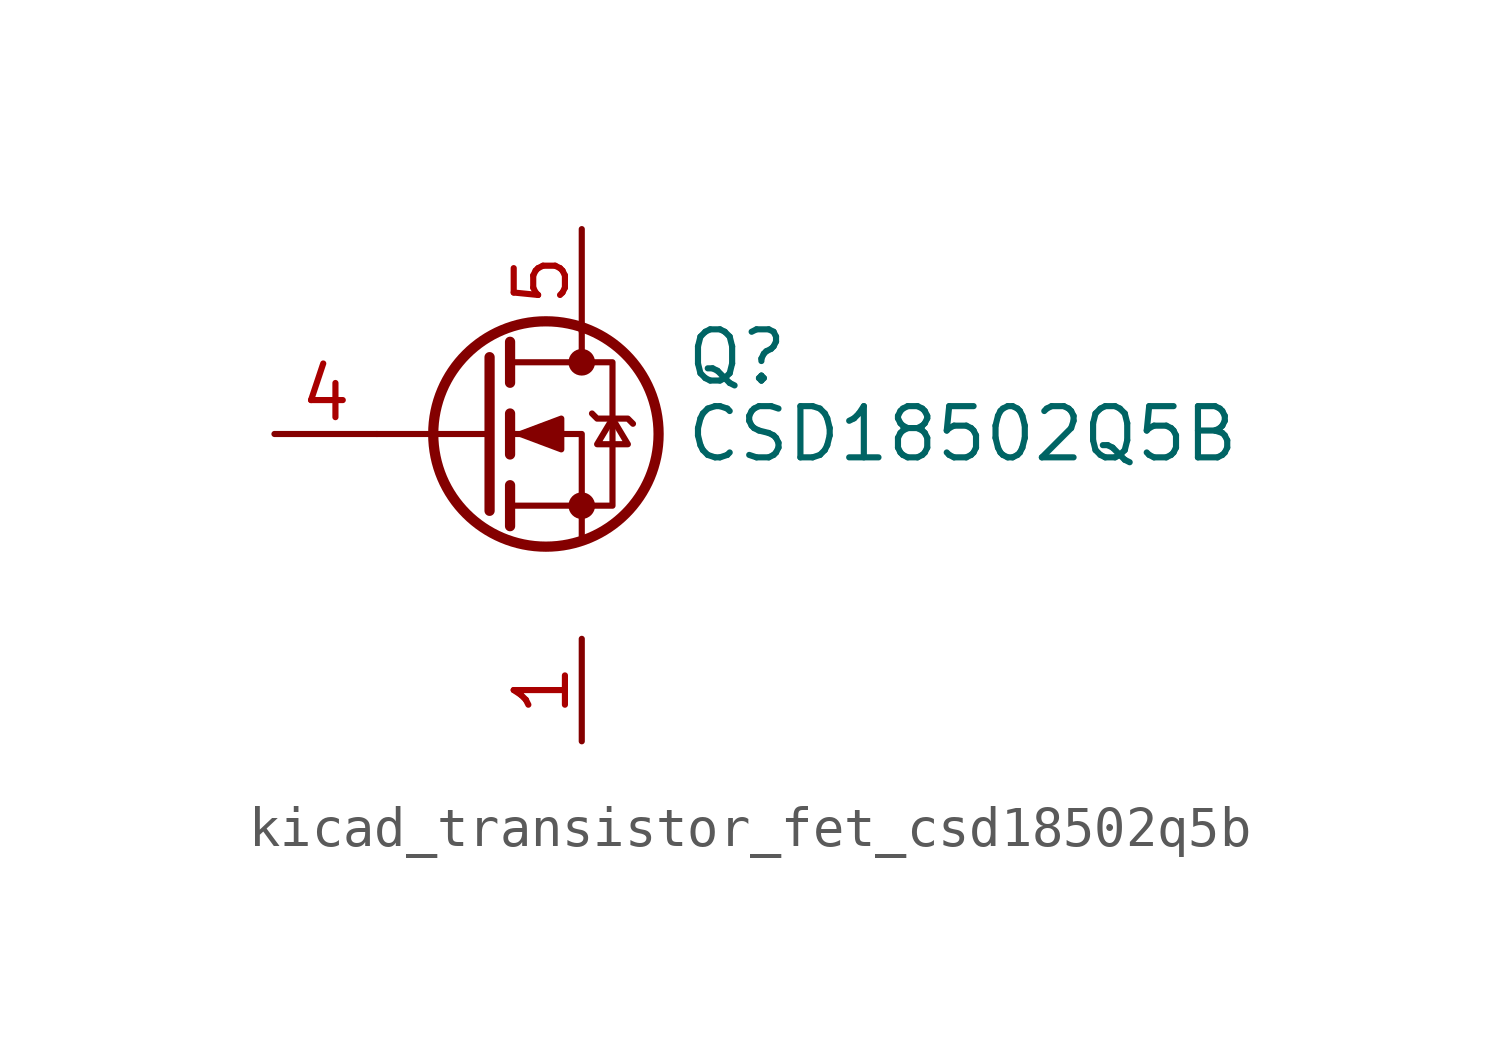
<source format=kicad_sym>
(kicad_symbol_lib
  (version 20220914)
  (generator kicad_symbol_editor)
  (symbol "kicad_transistor_fet_csd18502q5b"
    (pin_names hide)
    (property "Reference" "Q"
      (at 5.08 1.905 0)
      (effects (font (size 1.27 1.27)) (justify left)))
    (property "Value" "CSD18502Q5B"
      (at 5.08 0 0)
      (effects (font (size 1.27 1.27)) (justify left)))
    (symbol "kicad_transistor_fet_csd18502q5b_0_1"
      (polyline (pts (xy 0.254 0) (xy -2.54 0)) (stroke (width 0) (type default)) (fill (type none)))
      (polyline (pts (xy 0.254 1.905) (xy 0.254 -1.905)) (stroke (width 0.254) (type default)) (fill (type none)))
      (polyline (pts (xy 0.762 -1.27) (xy 0.762 -2.286)) (stroke (width 0.254) (type default)) (fill (type none)))
      (polyline (pts (xy 0.762 0.508) (xy 0.762 -0.508)) (stroke (width 0.254) (type default)) (fill (type none)))
      (polyline (pts (xy 0.762 2.286) (xy 0.762 1.27)) (stroke (width 0.254) (type default)) (fill (type none)))
      (polyline (pts (xy 2.54 2.54) (xy 2.54 1.778)) (stroke (width 0) (type default)) (fill (type none)))
      (polyline (pts (xy 2.54 -2.54) (xy 2.54 0) (xy 0.762 0)) (stroke (width 0) (type default)) (fill (type none)))
      (polyline (pts (xy 0.762 -1.778) (xy 3.302 -1.778) (xy 3.302 1.778) (xy 0.762 1.778)) (stroke (width 0) (type default)) (fill (type none)))
      (polyline (pts (xy 1.016 0) (xy 2.032 0.381) (xy 2.032 -0.381) (xy 1.016 0)) (stroke (width 0) (type default)) (fill (type outline)))
      (polyline (pts (xy 2.794 0.508) (xy 2.921 0.381) (xy 3.683 0.381) (xy 3.81 0.254)) (stroke (width 0) (type default)) (fill (type none)))
      (polyline (pts (xy 3.302 0.381) (xy 2.921 -0.254) (xy 3.683 -0.254) (xy 3.302 0.381)) (stroke (width 0) (type default)) (fill (type none)))
      (circle (center 1.651 0) (radius 2.794) (stroke (width 0.254) (type default)) (fill (type none)))
      (circle (center 2.54 -1.778) (radius 0.254) (stroke (width 0) (type default)) (fill (type outline)))
      (circle (center 2.54 1.778) (radius 0.254) (stroke (width 0) (type default)) (fill (type outline))))
    (symbol "kicad_transistor_fet_csd18502q5b_1_1"
      (pin passive line (at 2.54 -5.08 270) (length 2.54) (name "S" (effects (font (size 1.27 1.27)))) (number "1" (effects (font (size 1.27 1.27)))))
      (pin passive line (at 2.54 -5.08 270) (length 2.54) hide (name "S" (effects (font (size 1.27 1.27)))) (number "2" (effects (font (size 1.27 1.27)))))
      (pin passive line (at 2.54 -5.08 90) (length 2.54) hide (name "S" (effects (font (size 1.27 1.27)))) (number "3" (effects (font (size 1.27 1.27)))))
      (pin passive line (at -5.08 0 0) (length 2.54) (name "G" (effects (font (size 1.27 1.27)))) (number "4" (effects (font (size 1.27 1.27)))))
      (pin passive line (at 2.54 5.08 270) (length 2.54) (name "D" (effects (font (size 1.27 1.27)))) (number "5" (effects (font (size 1.27 1.27))))))))
</source>
